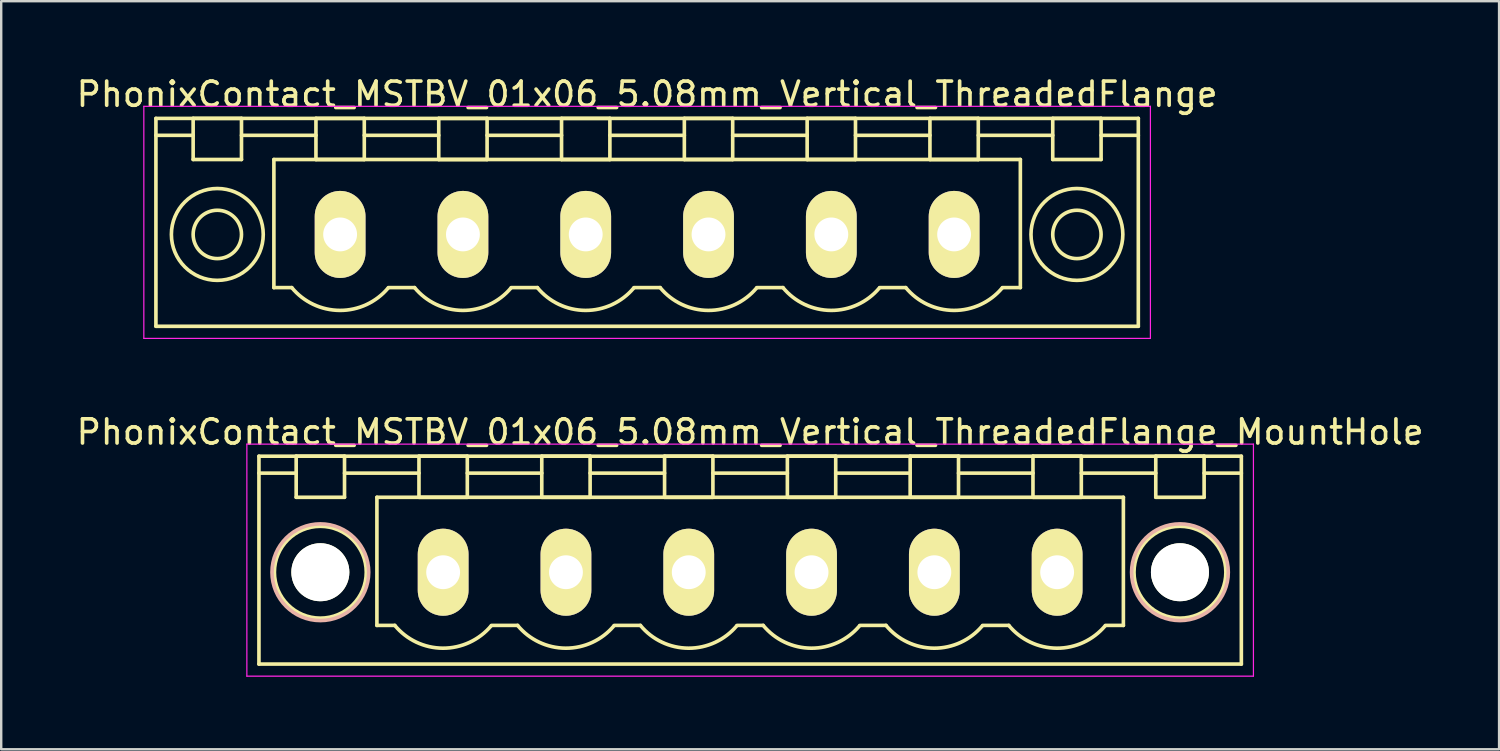
<source format=kicad_pcb>
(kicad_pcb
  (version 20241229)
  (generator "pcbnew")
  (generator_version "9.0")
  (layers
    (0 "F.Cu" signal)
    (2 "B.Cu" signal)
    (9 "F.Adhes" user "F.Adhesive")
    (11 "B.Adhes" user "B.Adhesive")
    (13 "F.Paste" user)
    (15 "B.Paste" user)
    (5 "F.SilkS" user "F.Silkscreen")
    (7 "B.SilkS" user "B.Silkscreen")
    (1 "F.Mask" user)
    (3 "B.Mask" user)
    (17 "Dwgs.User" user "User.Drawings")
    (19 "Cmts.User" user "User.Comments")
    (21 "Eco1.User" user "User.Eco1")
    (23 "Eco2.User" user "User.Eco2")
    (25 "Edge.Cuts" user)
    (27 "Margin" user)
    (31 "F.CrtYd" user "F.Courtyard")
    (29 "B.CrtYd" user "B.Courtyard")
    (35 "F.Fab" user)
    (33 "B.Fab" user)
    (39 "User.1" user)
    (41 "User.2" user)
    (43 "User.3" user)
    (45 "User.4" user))
  (footprint "PhonixContact_MSTBV_01x06_5.08mm_Vertical_ThreadedFlange"
    (layer "F.Cu")
    (at 11.02 6.648)
    (property "Reference" "PhonixContact_MSTBV_01x06_5.08mm_Vertical_ThreadedFlange" (at 12.7 -5.8 0) (layer "F.SilkS") (effects (font (size 1 1) (thickness 0.15))))
    (attr through_hole)
    (fp_line (start -7.62 -4.8) (end -7.62 3.8) (stroke (width 0.15) (type solid)) (layer "F.SilkS"))
    (fp_line (start -7.62 -4.1) (end -6.08 -4.1) (stroke (width 0.15) (type solid)) (layer "F.SilkS"))
    (fp_line (start -7.62 3.8) (end 33.02 3.8) (stroke (width 0.15) (type solid)) (layer "F.SilkS"))
    (fp_line (start -6.08 -4.8) (end -4.08 -4.8) (stroke (width 0.15) (type solid)) (layer "F.SilkS"))
    (fp_line (start -6.08 -3.1) (end -6.08 -4.8) (stroke (width 0.15) (type solid)) (layer "F.SilkS"))
    (fp_line (start -4.08 -4.8) (end -4.08 -3.1) (stroke (width 0.15) (type solid)) (layer "F.SilkS"))
    (fp_line (start -4.08 -4.1) (end -1 -4.1) (stroke (width 0.15) (type solid)) (layer "F.SilkS"))
    (fp_line (start -4.08 -3.1) (end -6.08 -3.1) (stroke (width 0.15) (type solid)) (layer "F.SilkS"))
    (fp_line (start -2.74 -3.1) (end 28.14 -3.1) (stroke (width 0.15) (type solid)) (layer "F.SilkS"))
    (fp_line (start -2.74 2.2) (end -2.74 -3.1) (stroke (width 0.15) (type solid)) (layer "F.SilkS"))
    (fp_line (start -2 2.2) (end -2.74 2.2) (stroke (width 0.15) (type solid)) (layer "F.SilkS"))
    (fp_line (start -1 -4.8) (end 1 -4.8) (stroke (width 0.15) (type solid)) (layer "F.SilkS"))
    (fp_line (start -1 -3.1) (end -1 -4.8) (stroke (width 0.15) (type solid)) (layer "F.SilkS"))
    (fp_line (start 1 -4.8) (end 1 -3.1) (stroke (width 0.15) (type solid)) (layer "F.SilkS"))
    (fp_line (start 1 -4.1) (end 4.08 -4.1) (stroke (width 0.15) (type solid)) (layer "F.SilkS"))
    (fp_line (start 1 -3.1) (end -1 -3.1) (stroke (width 0.15) (type solid)) (layer "F.SilkS"))
    (fp_line (start 2 2.2) (end 3.08 2.2) (stroke (width 0.15) (type solid)) (layer "F.SilkS"))
    (fp_line (start 4.08 -4.8) (end 6.08 -4.8) (stroke (width 0.15) (type solid)) (layer "F.SilkS"))
    (fp_line (start 4.08 -3.1) (end 4.08 -4.8) (stroke (width 0.15) (type solid)) (layer "F.SilkS"))
    (fp_line (start 6.08 -4.8) (end 6.08 -3.1) (stroke (width 0.15) (type solid)) (layer "F.SilkS"))
    (fp_line (start 6.08 -4.1) (end 9.16 -4.1) (stroke (width 0.15) (type solid)) (layer "F.SilkS"))
    (fp_line (start 6.08 -3.1) (end 4.08 -3.1) (stroke (width 0.15) (type solid)) (layer "F.SilkS"))
    (fp_line (start 7.08 2.2) (end 8.16 2.2) (stroke (width 0.15) (type solid)) (layer "F.SilkS"))
    (fp_line (start 9.16 -4.8) (end 11.16 -4.8) (stroke (width 0.15) (type solid)) (layer "F.SilkS"))
    (fp_line (start 9.16 -3.1) (end 9.16 -4.8) (stroke (width 0.15) (type solid)) (layer "F.SilkS"))
    (fp_line (start 11.16 -4.8) (end 11.16 -3.1) (stroke (width 0.15) (type solid)) (layer "F.SilkS"))
    (fp_line (start 11.16 -4.1) (end 14.24 -4.1) (stroke (width 0.15) (type solid)) (layer "F.SilkS"))
    (fp_line (start 11.16 -3.1) (end 9.16 -3.1) (stroke (width 0.15) (type solid)) (layer "F.SilkS"))
    (fp_line (start 12.16 2.2) (end 13.24 2.2) (stroke (width 0.15) (type solid)) (layer "F.SilkS"))
    (fp_line (start 14.24 -4.8) (end 16.24 -4.8) (stroke (width 0.15) (type solid)) (layer "F.SilkS"))
    (fp_line (start 14.24 -3.1) (end 14.24 -4.8) (stroke (width 0.15) (type solid)) (layer "F.SilkS"))
    (fp_line (start 16.24 -4.8) (end 16.24 -3.1) (stroke (width 0.15) (type solid)) (layer "F.SilkS"))
    (fp_line (start 16.24 -4.1) (end 19.32 -4.1) (stroke (width 0.15) (type solid)) (layer "F.SilkS"))
    (fp_line (start 16.24 -3.1) (end 14.24 -3.1) (stroke (width 0.15) (type solid)) (layer "F.SilkS"))
    (fp_line (start 17.24 2.2) (end 18.32 2.2) (stroke (width 0.15) (type solid)) (layer "F.SilkS"))
    (fp_line (start 19.32 -4.8) (end 21.32 -4.8) (stroke (width 0.15) (type solid)) (layer "F.SilkS"))
    (fp_line (start 19.32 -3.1) (end 19.32 -4.8) (stroke (width 0.15) (type solid)) (layer "F.SilkS"))
    (fp_line (start 21.32 -4.8) (end 21.32 -3.1) (stroke (width 0.15) (type solid)) (layer "F.SilkS"))
    (fp_line (start 21.32 -4.1) (end 24.4 -4.1) (stroke (width 0.15) (type solid)) (layer "F.SilkS"))
    (fp_line (start 21.32 -3.1) (end 19.32 -3.1) (stroke (width 0.15) (type solid)) (layer "F.SilkS"))
    (fp_line (start 22.32 2.2) (end 23.4 2.2) (stroke (width 0.15) (type solid)) (layer "F.SilkS"))
    (fp_line (start 24.4 -4.8) (end 26.4 -4.8) (stroke (width 0.15) (type solid)) (layer "F.SilkS"))
    (fp_line (start 24.4 -3.1) (end 24.4 -4.8) (stroke (width 0.15) (type solid)) (layer "F.SilkS"))
    (fp_line (start 26.4 -4.8) (end 26.4 -3.1) (stroke (width 0.15) (type solid)) (layer "F.SilkS"))
    (fp_line (start 26.4 -4.1) (end 29.48 -4.1) (stroke (width 0.15) (type solid)) (layer "F.SilkS"))
    (fp_line (start 26.4 -3.1) (end 24.4 -3.1) (stroke (width 0.15) (type solid)) (layer "F.SilkS"))
    (fp_line (start 28.14 -3.1) (end 28.14 2.2) (stroke (width 0.15) (type solid)) (layer "F.SilkS"))
    (fp_line (start 28.14 2.2) (end 27.4 2.2) (stroke (width 0.15) (type solid)) (layer "F.SilkS"))
    (fp_line (start 29.48 -4.8) (end 31.48 -4.8) (stroke (width 0.15) (type solid)) (layer "F.SilkS"))
    (fp_line (start 29.48 -3.1) (end 29.48 -4.8) (stroke (width 0.15) (type solid)) (layer "F.SilkS"))
    (fp_line (start 31.48 -4.8) (end 31.48 -3.1) (stroke (width 0.15) (type solid)) (layer "F.SilkS"))
    (fp_line (start 31.48 -3.1) (end 29.48 -3.1) (stroke (width 0.15) (type solid)) (layer "F.SilkS"))
    (fp_line (start 33.02 -4.8) (end -7.62 -4.8) (stroke (width 0.15) (type solid)) (layer "F.SilkS"))
    (fp_line (start 33.02 -4.1) (end 31.48 -4.1) (stroke (width 0.15) (type solid)) (layer "F.SilkS"))
    (fp_line (start 33.02 3.8) (end 33.02 -4.8) (stroke (width 0.15) (type solid)) (layer "F.SilkS"))
    (fp_arc (start 1.986842 2.215821) (mid -0.010289 3.142758) (end -2 2.2) (stroke (width 0.15) (type solid)) (layer "F.SilkS"))
    (fp_arc (start 7.066842 2.215821) (mid 5.069711 3.142758) (end 3.08 2.2) (stroke (width 0.15) (type solid)) (layer "F.SilkS"))
    (fp_arc (start 12.146842 2.215821) (mid 10.149711 3.142758) (end 8.16 2.2) (stroke (width 0.15) (type solid)) (layer "F.SilkS"))
    (fp_arc (start 17.226842 2.215821) (mid 15.229711 3.142758) (end 13.24 2.2) (stroke (width 0.15) (type solid)) (layer "F.SilkS"))
    (fp_arc (start 22.306842 2.215821) (mid 20.309711 3.142758) (end 18.32 2.2) (stroke (width 0.15) (type solid)) (layer "F.SilkS"))
    (fp_arc (start 27.386842 2.215821) (mid 25.389711 3.142758) (end 23.4 2.2) (stroke (width 0.15) (type solid)) (layer "F.SilkS"))
    (fp_circle (center -5.08 0) (end -4.08 0) (stroke (width 0.15) (type solid)) (fill no) (layer "F.SilkS"))
    (fp_circle (center -5.08 0) (end -3.18 0) (stroke (width 0.15) (type solid)) (fill no) (layer "F.SilkS"))
    (fp_circle (center 30.48 0) (end 31.48 0) (stroke (width 0.15) (type solid)) (fill no) (layer "F.SilkS"))
    (fp_circle (center 30.48 0) (end 32.38 0) (stroke (width 0.15) (type solid)) (fill no) (layer "F.SilkS"))
    (fp_line (start -8.12 -5.3) (end -8.12 4.3) (stroke (width 0.05) (type solid)) (layer "F.CrtYd"))
    (fp_line (start -8.12 4.3) (end 33.52 4.3) (stroke (width 0.05) (type solid)) (layer "F.CrtYd"))
    (fp_line (start 33.52 -5.3) (end -8.12 -5.3) (stroke (width 0.05) (type solid)) (layer "F.CrtYd"))
    (fp_line (start 33.52 4.3) (end 33.52 -5.3) (stroke (width 0.05) (type solid)) (layer "F.CrtYd"))
    (pad "1" thru_hole oval (at 0 0) (size 2.1 3.6) (drill 1.4) (layers "*.Cu" "*.Mask" "F.SilkS"))
    (pad "2" thru_hole oval (at 5.08 0) (size 2.1 3.6) (drill 1.4) (layers "*.Cu" "*.Mask" "F.SilkS"))
    (pad "3" thru_hole oval (at 10.16 0) (size 2.1 3.6) (drill 1.4) (layers "*.Cu" "*.Mask" "F.SilkS"))
    (pad "4" thru_hole oval (at 15.24 0) (size 2.1 3.6) (drill 1.4) (layers "*.Cu" "*.Mask" "F.SilkS"))
    (pad "5" thru_hole oval (at 20.32 0) (size 2.1 3.6) (drill 1.4) (layers "*.Cu" "*.Mask" "F.SilkS"))
    (pad "6" thru_hole oval (at 25.4 0) (size 2.1 3.6) (drill 1.4) (layers "*.Cu" "*.Mask" "F.SilkS")))
  (footprint "PhonixContact_MSTBV_01x06_5.08mm_Vertical_ThreadedFlange_MountHole"
    (layer "F.Cu")
    (at 15.282 20.622)
    (property "Reference" "PhonixContact_MSTBV_01x06_5.08mm_Vertical_ThreadedFlange_MountHole" (at 12.7 -5.8 0) (layer "F.SilkS") (effects (font (size 1 1) (thickness 0.15))))
    (attr through_hole)
    (fp_line (start -7.62 -4.8) (end -7.62 3.8) (stroke (width 0.15) (type solid)) (layer "F.SilkS"))
    (fp_line (start -7.62 -4.1) (end -6.08 -4.1) (stroke (width 0.15) (type solid)) (layer "F.SilkS"))
    (fp_line (start -7.62 3.8) (end 33.02 3.8) (stroke (width 0.15) (type solid)) (layer "F.SilkS"))
    (fp_line (start -6.08 -4.8) (end -4.08 -4.8) (stroke (width 0.15) (type solid)) (layer "F.SilkS"))
    (fp_line (start -6.08 -3.1) (end -6.08 -4.8) (stroke (width 0.15) (type solid)) (layer "F.SilkS"))
    (fp_line (start -4.08 -4.8) (end -4.08 -3.1) (stroke (width 0.15) (type solid)) (layer "F.SilkS"))
    (fp_line (start -4.08 -4.1) (end -1 -4.1) (stroke (width 0.15) (type solid)) (layer "F.SilkS"))
    (fp_line (start -4.08 -3.1) (end -6.08 -3.1) (stroke (width 0.15) (type solid)) (layer "F.SilkS"))
    (fp_line (start -2.74 -3.1) (end 28.14 -3.1) (stroke (width 0.15) (type solid)) (layer "F.SilkS"))
    (fp_line (start -2.74 2.2) (end -2.74 -3.1) (stroke (width 0.15) (type solid)) (layer "F.SilkS"))
    (fp_line (start -2 2.2) (end -2.74 2.2) (stroke (width 0.15) (type solid)) (layer "F.SilkS"))
    (fp_line (start -1 -4.8) (end 1 -4.8) (stroke (width 0.15) (type solid)) (layer "F.SilkS"))
    (fp_line (start -1 -3.1) (end -1 -4.8) (stroke (width 0.15) (type solid)) (layer "F.SilkS"))
    (fp_line (start 1 -4.8) (end 1 -3.1) (stroke (width 0.15) (type solid)) (layer "F.SilkS"))
    (fp_line (start 1 -4.1) (end 4.08 -4.1) (stroke (width 0.15) (type solid)) (layer "F.SilkS"))
    (fp_line (start 1 -3.1) (end -1 -3.1) (stroke (width 0.15) (type solid)) (layer "F.SilkS"))
    (fp_line (start 2 2.2) (end 3.08 2.2) (stroke (width 0.15) (type solid)) (layer "F.SilkS"))
    (fp_line (start 4.08 -4.8) (end 6.08 -4.8) (stroke (width 0.15) (type solid)) (layer "F.SilkS"))
    (fp_line (start 4.08 -3.1) (end 4.08 -4.8) (stroke (width 0.15) (type solid)) (layer "F.SilkS"))
    (fp_line (start 6.08 -4.8) (end 6.08 -3.1) (stroke (width 0.15) (type solid)) (layer "F.SilkS"))
    (fp_line (start 6.08 -4.1) (end 9.16 -4.1) (stroke (width 0.15) (type solid)) (layer "F.SilkS"))
    (fp_line (start 6.08 -3.1) (end 4.08 -3.1) (stroke (width 0.15) (type solid)) (layer "F.SilkS"))
    (fp_line (start 7.08 2.2) (end 8.16 2.2) (stroke (width 0.15) (type solid)) (layer "F.SilkS"))
    (fp_line (start 9.16 -4.8) (end 11.16 -4.8) (stroke (width 0.15) (type solid)) (layer "F.SilkS"))
    (fp_line (start 9.16 -3.1) (end 9.16 -4.8) (stroke (width 0.15) (type solid)) (layer "F.SilkS"))
    (fp_line (start 11.16 -4.8) (end 11.16 -3.1) (stroke (width 0.15) (type solid)) (layer "F.SilkS"))
    (fp_line (start 11.16 -4.1) (end 14.24 -4.1) (stroke (width 0.15) (type solid)) (layer "F.SilkS"))
    (fp_line (start 11.16 -3.1) (end 9.16 -3.1) (stroke (width 0.15) (type solid)) (layer "F.SilkS"))
    (fp_line (start 12.16 2.2) (end 13.24 2.2) (stroke (width 0.15) (type solid)) (layer "F.SilkS"))
    (fp_line (start 14.24 -4.8) (end 16.24 -4.8) (stroke (width 0.15) (type solid)) (layer "F.SilkS"))
    (fp_line (start 14.24 -3.1) (end 14.24 -4.8) (stroke (width 0.15) (type solid)) (layer "F.SilkS"))
    (fp_line (start 16.24 -4.8) (end 16.24 -3.1) (stroke (width 0.15) (type solid)) (layer "F.SilkS"))
    (fp_line (start 16.24 -4.1) (end 19.32 -4.1) (stroke (width 0.15) (type solid)) (layer "F.SilkS"))
    (fp_line (start 16.24 -3.1) (end 14.24 -3.1) (stroke (width 0.15) (type solid)) (layer "F.SilkS"))
    (fp_line (start 17.24 2.2) (end 18.32 2.2) (stroke (width 0.15) (type solid)) (layer "F.SilkS"))
    (fp_line (start 19.32 -4.8) (end 21.32 -4.8) (stroke (width 0.15) (type solid)) (layer "F.SilkS"))
    (fp_line (start 19.32 -3.1) (end 19.32 -4.8) (stroke (width 0.15) (type solid)) (layer "F.SilkS"))
    (fp_line (start 21.32 -4.8) (end 21.32 -3.1) (stroke (width 0.15) (type solid)) (layer "F.SilkS"))
    (fp_line (start 21.32 -4.1) (end 24.4 -4.1) (stroke (width 0.15) (type solid)) (layer "F.SilkS"))
    (fp_line (start 21.32 -3.1) (end 19.32 -3.1) (stroke (width 0.15) (type solid)) (layer "F.SilkS"))
    (fp_line (start 22.32 2.2) (end 23.4 2.2) (stroke (width 0.15) (type solid)) (layer "F.SilkS"))
    (fp_line (start 24.4 -4.8) (end 26.4 -4.8) (stroke (width 0.15) (type solid)) (layer "F.SilkS"))
    (fp_line (start 24.4 -3.1) (end 24.4 -4.8) (stroke (width 0.15) (type solid)) (layer "F.SilkS"))
    (fp_line (start 26.4 -4.8) (end 26.4 -3.1) (stroke (width 0.15) (type solid)) (layer "F.SilkS"))
    (fp_line (start 26.4 -4.1) (end 29.48 -4.1) (stroke (width 0.15) (type solid)) (layer "F.SilkS"))
    (fp_line (start 26.4 -3.1) (end 24.4 -3.1) (stroke (width 0.15) (type solid)) (layer "F.SilkS"))
    (fp_line (start 28.14 -3.1) (end 28.14 2.2) (stroke (width 0.15) (type solid)) (layer "F.SilkS"))
    (fp_line (start 28.14 2.2) (end 27.4 2.2) (stroke (width 0.15) (type solid)) (layer "F.SilkS"))
    (fp_line (start 29.48 -4.8) (end 31.48 -4.8) (stroke (width 0.15) (type solid)) (layer "F.SilkS"))
    (fp_line (start 29.48 -3.1) (end 29.48 -4.8) (stroke (width 0.15) (type solid)) (layer "F.SilkS"))
    (fp_line (start 31.48 -4.8) (end 31.48 -3.1) (stroke (width 0.15) (type solid)) (layer "F.SilkS"))
    (fp_line (start 31.48 -3.1) (end 29.48 -3.1) (stroke (width 0.15) (type solid)) (layer "F.SilkS"))
    (fp_line (start 33.02 -4.8) (end -7.62 -4.8) (stroke (width 0.15) (type solid)) (layer "F.SilkS"))
    (fp_line (start 33.02 -4.1) (end 31.48 -4.1) (stroke (width 0.15) (type solid)) (layer "F.SilkS"))
    (fp_line (start 33.02 3.8) (end 33.02 -4.8) (stroke (width 0.15) (type solid)) (layer "F.SilkS"))
    (fp_arc (start 1.986842 2.215821) (mid -0.010289 3.142758) (end -2 2.2) (stroke (width 0.15) (type solid)) (layer "F.SilkS"))
    (fp_arc (start 7.066842 2.215821) (mid 5.069711 3.142758) (end 3.08 2.2) (stroke (width 0.15) (type solid)) (layer "F.SilkS"))
    (fp_arc (start 12.146842 2.215821) (mid 10.149711 3.142758) (end 8.16 2.2) (stroke (width 0.15) (type solid)) (layer "F.SilkS"))
    (fp_arc (start 17.226842 2.215821) (mid 15.229711 3.142758) (end 13.24 2.2) (stroke (width 0.15) (type solid)) (layer "F.SilkS"))
    (fp_arc (start 22.306842 2.215821) (mid 20.309711 3.142758) (end 18.32 2.2) (stroke (width 0.15) (type solid)) (layer "F.SilkS"))
    (fp_arc (start 27.386842 2.215821) (mid 25.389711 3.142758) (end 23.4 2.2) (stroke (width 0.15) (type solid)) (layer "F.SilkS"))
    (fp_circle (center -5.08 0) (end -4.08 0) (stroke (width 0.15) (type solid)) (fill no) (layer "F.SilkS"))
    (fp_circle (center -5.08 0) (end -3.18 0) (stroke (width 0.15) (type solid)) (fill no) (layer "F.SilkS"))
    (fp_circle (center 30.48 0) (end 31.48 0) (stroke (width 0.15) (type solid)) (fill no) (layer "F.SilkS"))
    (fp_circle (center 30.48 0) (end 32.38 0) (stroke (width 0.15) (type solid)) (fill no) (layer "F.SilkS"))
    (fp_circle (center -5.08 0) (end -3.08 0) (stroke (width 0.15) (type solid)) (fill no) (layer "B.SilkS"))
    (fp_circle (center 30.48 0) (end 32.48 0) (stroke (width 0.15) (type solid)) (fill no) (layer "B.SilkS"))
    (fp_line (start -8.12 -5.3) (end -8.12 4.3) (stroke (width 0.05) (type solid)) (layer "F.CrtYd"))
    (fp_line (start -8.12 4.3) (end 33.52 4.3) (stroke (width 0.05) (type solid)) (layer "F.CrtYd"))
    (fp_line (start 33.52 -5.3) (end -8.12 -5.3) (stroke (width 0.05) (type solid)) (layer "F.CrtYd"))
    (fp_line (start 33.52 4.3) (end 33.52 -5.3) (stroke (width 0.05) (type solid)) (layer "F.CrtYd"))
    (pad "" np_thru_hole circle (at -5.08 0) (size 2.4 2.4) (drill 2.4) (layers "*.Cu" "*.Mask" "F.SilkS"))
    (pad "" np_thru_hole circle (at 30.48 0) (size 2.4 2.4) (drill 2.4) (layers "*.Cu" "*.Mask" "F.SilkS"))
    (pad "1" thru_hole oval (at 0 0) (size 2.1 3.6) (drill 1.4) (layers "*.Cu" "*.Mask" "F.SilkS"))
    (pad "2" thru_hole oval (at 5.08 0) (size 2.1 3.6) (drill 1.4) (layers "*.Cu" "*.Mask" "F.SilkS"))
    (pad "3" thru_hole oval (at 10.16 0) (size 2.1 3.6) (drill 1.4) (layers "*.Cu" "*.Mask" "F.SilkS"))
    (pad "4" thru_hole oval (at 15.24 0) (size 2.1 3.6) (drill 1.4) (layers "*.Cu" "*.Mask" "F.SilkS"))
    (pad "5" thru_hole oval (at 20.32 0) (size 2.1 3.6) (drill 1.4) (layers "*.Cu" "*.Mask" "F.SilkS"))
    (pad "6" thru_hole oval (at 25.4 0) (size 2.1 3.6) (drill 1.4) (layers "*.Cu" "*.Mask" "F.SilkS")))
  (gr_rect
    (start -3 -3)
    (end 58.964 27.947)
    (stroke (width 0.1) (type default))
    (fill no)
    (layer "Edge.Cuts")))
</source>
